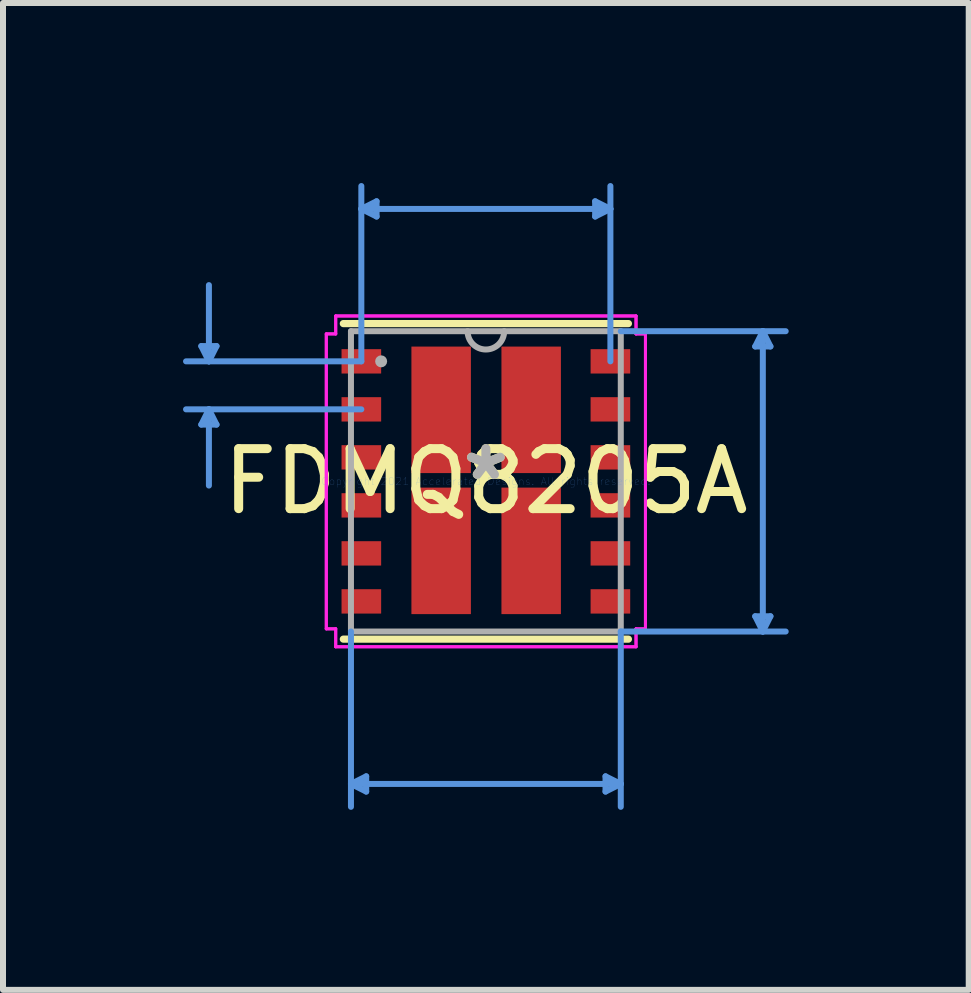
<source format=kicad_pcb>
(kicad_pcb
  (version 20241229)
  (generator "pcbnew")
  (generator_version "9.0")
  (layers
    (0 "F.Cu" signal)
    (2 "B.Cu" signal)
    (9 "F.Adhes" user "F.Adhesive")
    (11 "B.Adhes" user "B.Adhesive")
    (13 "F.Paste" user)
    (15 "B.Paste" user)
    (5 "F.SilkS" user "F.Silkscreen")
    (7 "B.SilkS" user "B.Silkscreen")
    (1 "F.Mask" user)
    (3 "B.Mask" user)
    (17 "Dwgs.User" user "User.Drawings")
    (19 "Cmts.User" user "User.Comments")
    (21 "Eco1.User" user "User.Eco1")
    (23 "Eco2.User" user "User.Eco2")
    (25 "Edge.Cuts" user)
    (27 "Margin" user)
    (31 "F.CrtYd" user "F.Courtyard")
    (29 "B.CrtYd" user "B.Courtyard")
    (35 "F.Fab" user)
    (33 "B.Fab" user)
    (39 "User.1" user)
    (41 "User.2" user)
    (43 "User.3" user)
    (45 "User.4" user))
  (footprint "FDMQ8205A"
    (layer "F.Cu")
    (at 5.046 4.971)
    (property "Reference" "FDMQ8205A" (at 0 0 0) (layer "F.SilkS") (effects (font (size 1 1) (thickness 0.15))))
    (attr through_hole)
    (fp_line (start -2.375 2.629) (end 2.375 2.629) (stroke (width 0.12) (type solid)) (layer "F.SilkS"))
    (fp_line (start 2.375 -2.629) (end -2.375 -2.629) (stroke (width 0.12) (type solid)) (layer "F.SilkS"))
    (fp_poly (pts (xy -1.241 -2.246) (xy -1.241 -0.138) (xy -0.25 -0.138) (xy -0.25 -2.246)) (stroke (width 0.1) (type solid)) (fill yes) (layer "F.Paste"))
    (fp_poly (pts (xy -1.241 0.104) (xy -1.241 2.212) (xy -0.25 2.212) (xy -0.25 0.104)) (stroke (width 0.1) (type solid)) (fill yes) (layer "F.Paste"))
    (fp_poly (pts (xy 0.259 -2.246) (xy 0.259 -0.138) (xy 1.25 -0.138) (xy 1.25 -2.246)) (stroke (width 0.1) (type solid)) (fill yes) (layer "F.Paste"))
    (fp_poly (pts (xy 0.259 0.104) (xy 0.259 2.212) (xy 1.25 2.212) (xy 1.25 0.104)) (stroke (width 0.1) (type solid)) (fill yes) (layer "F.Paste"))
    (fp_line (start -4.742 -2.254) (end -4.488 -2.254) (stroke (width 0.1) (type solid)) (layer "Cmts.User"))
    (fp_line (start -4.742 -0.946) (end -4.488 -0.946) (stroke (width 0.1) (type solid)) (layer "Cmts.User"))
    (fp_line (start -4.615 -2) (end -4.742 -2.254) (stroke (width 0.1) (type solid)) (layer "Cmts.User"))
    (fp_line (start -4.615 -2) (end -4.615 -3.27) (stroke (width 0.1) (type solid)) (layer "Cmts.User"))
    (fp_line (start -4.615 -2) (end -4.488 -2.254) (stroke (width 0.1) (type solid)) (layer "Cmts.User"))
    (fp_line (start -4.615 -1.2) (end -4.742 -0.946) (stroke (width 0.1) (type solid)) (layer "Cmts.User"))
    (fp_line (start -4.615 -1.2) (end -4.615 0.07) (stroke (width 0.1) (type solid)) (layer "Cmts.User"))
    (fp_line (start -4.615 -1.2) (end -4.488 -0.946) (stroke (width 0.1) (type solid)) (layer "Cmts.User"))
    (fp_line (start -2.248 2.502) (end -2.248 5.423) (stroke (width 0.1) (type solid)) (layer "Cmts.User"))
    (fp_line (start -2.248 5.042) (end -1.994 4.915) (stroke (width 0.1) (type solid)) (layer "Cmts.User"))
    (fp_line (start -2.248 5.042) (end -1.994 5.169) (stroke (width 0.1) (type solid)) (layer "Cmts.User"))
    (fp_line (start -2.248 5.042) (end 2.248 5.042) (stroke (width 0.1) (type solid)) (layer "Cmts.User"))
    (fp_line (start -2.075 -4.54) (end -1.821 -4.667) (stroke (width 0.1) (type solid)) (layer "Cmts.User"))
    (fp_line (start -2.075 -4.54) (end -1.821 -4.413) (stroke (width 0.1) (type solid)) (layer "Cmts.User"))
    (fp_line (start -2.075 -4.54) (end 2.075 -4.54) (stroke (width 0.1) (type solid)) (layer "Cmts.User"))
    (fp_line (start -2.075 -2) (end -4.996 -2) (stroke (width 0.1) (type solid)) (layer "Cmts.User"))
    (fp_line (start -2.075 -2) (end -2.075 -4.921) (stroke (width 0.1) (type solid)) (layer "Cmts.User"))
    (fp_line (start -2.075 -1.2) (end -4.996 -1.2) (stroke (width 0.1) (type solid)) (layer "Cmts.User"))
    (fp_line (start -1.994 4.915) (end -1.994 5.169) (stroke (width 0.1) (type solid)) (layer "Cmts.User"))
    (fp_line (start -1.821 -4.667) (end -1.821 -4.413) (stroke (width 0.1) (type solid)) (layer "Cmts.User"))
    (fp_line (start 1.821 -4.667) (end 1.821 -4.413) (stroke (width 0.1) (type solid)) (layer "Cmts.User"))
    (fp_line (start 1.994 4.915) (end 1.994 5.169) (stroke (width 0.1) (type solid)) (layer "Cmts.User"))
    (fp_line (start 2.075 -4.54) (end 1.821 -4.667) (stroke (width 0.1) (type solid)) (layer "Cmts.User"))
    (fp_line (start 2.075 -4.54) (end 1.821 -4.413) (stroke (width 0.1) (type solid)) (layer "Cmts.User"))
    (fp_line (start 2.075 -2) (end 2.075 -4.921) (stroke (width 0.1) (type solid)) (layer "Cmts.User"))
    (fp_line (start 2.248 -2.502) (end 4.996 -2.502) (stroke (width 0.1) (type solid)) (layer "Cmts.User"))
    (fp_line (start 2.248 2.502) (end 2.248 5.423) (stroke (width 0.1) (type solid)) (layer "Cmts.User"))
    (fp_line (start 2.248 2.502) (end 4.996 2.502) (stroke (width 0.1) (type solid)) (layer "Cmts.User"))
    (fp_line (start 2.248 5.042) (end 1.994 4.915) (stroke (width 0.1) (type solid)) (layer "Cmts.User"))
    (fp_line (start 2.248 5.042) (end 1.994 5.169) (stroke (width 0.1) (type solid)) (layer "Cmts.User"))
    (fp_line (start 4.488 -2.248) (end 4.742 -2.248) (stroke (width 0.1) (type solid)) (layer "Cmts.User"))
    (fp_line (start 4.488 2.248) (end 4.742 2.248) (stroke (width 0.1) (type solid)) (layer "Cmts.User"))
    (fp_line (start 4.615 -2.502) (end 4.488 -2.248) (stroke (width 0.1) (type solid)) (layer "Cmts.User"))
    (fp_line (start 4.615 -2.502) (end 4.615 2.502) (stroke (width 0.1) (type solid)) (layer "Cmts.User"))
    (fp_line (start 4.615 -2.502) (end 4.742 -2.248) (stroke (width 0.1) (type solid)) (layer "Cmts.User"))
    (fp_line (start 4.615 2.502) (end 4.488 2.248) (stroke (width 0.1) (type solid)) (layer "Cmts.User"))
    (fp_line (start 4.615 2.502) (end 4.742 2.248) (stroke (width 0.1) (type solid)) (layer "Cmts.User"))
    (fp_line (start -2.659 -2.457) (end -2.502 -2.457) (stroke (width 0.05) (type solid)) (layer "F.CrtYd"))
    (fp_line (start -2.659 -2.457) (end -2.502 -2.457) (stroke (width 0.05) (type solid)) (layer "F.CrtYd"))
    (fp_line (start -2.659 2.457) (end -2.659 -2.457) (stroke (width 0.05) (type solid)) (layer "F.CrtYd"))
    (fp_line (start -2.659 2.457) (end -2.659 -2.457) (stroke (width 0.05) (type solid)) (layer "F.CrtYd"))
    (fp_line (start -2.659 2.457) (end -2.502 2.457) (stroke (width 0.05) (type solid)) (layer "F.CrtYd"))
    (fp_line (start -2.502 -2.756) (end 2.502 -2.756) (stroke (width 0.05) (type solid)) (layer "F.CrtYd"))
    (fp_line (start -2.502 -2.756) (end 2.502 -2.756) (stroke (width 0.05) (type solid)) (layer "F.CrtYd"))
    (fp_line (start -2.502 -2.457) (end -2.502 -2.756) (stroke (width 0.05) (type solid)) (layer "F.CrtYd"))
    (fp_line (start -2.502 -2.457) (end -2.502 -2.756) (stroke (width 0.05) (type solid)) (layer "F.CrtYd"))
    (fp_line (start -2.502 2.457) (end -2.659 2.457) (stroke (width 0.05) (type solid)) (layer "F.CrtYd"))
    (fp_line (start -2.502 2.756) (end -2.502 2.457) (stroke (width 0.05) (type solid)) (layer "F.CrtYd"))
    (fp_line (start -2.502 2.756) (end -2.502 2.457) (stroke (width 0.05) (type solid)) (layer "F.CrtYd"))
    (fp_line (start 2.502 -2.756) (end 2.502 -2.457) (stroke (width 0.05) (type solid)) (layer "F.CrtYd"))
    (fp_line (start 2.502 -2.756) (end 2.502 -2.457) (stroke (width 0.05) (type solid)) (layer "F.CrtYd"))
    (fp_line (start 2.502 -2.457) (end 2.659 -2.457) (stroke (width 0.05) (type solid)) (layer "F.CrtYd"))
    (fp_line (start 2.502 2.457) (end 2.502 2.756) (stroke (width 0.05) (type solid)) (layer "F.CrtYd"))
    (fp_line (start 2.502 2.457) (end 2.502 2.756) (stroke (width 0.05) (type solid)) (layer "F.CrtYd"))
    (fp_line (start 2.502 2.756) (end -2.502 2.756) (stroke (width 0.05) (type solid)) (layer "F.CrtYd"))
    (fp_line (start 2.502 2.756) (end -2.502 2.756) (stroke (width 0.05) (type solid)) (layer "F.CrtYd"))
    (fp_line (start 2.659 -2.457) (end 2.502 -2.457) (stroke (width 0.05) (type solid)) (layer "F.CrtYd"))
    (fp_line (start 2.659 -2.457) (end 2.659 2.457) (stroke (width 0.05) (type solid)) (layer "F.CrtYd"))
    (fp_line (start 2.659 -2.457) (end 2.659 2.457) (stroke (width 0.05) (type solid)) (layer "F.CrtYd"))
    (fp_line (start 2.659 2.457) (end 2.502 2.457) (stroke (width 0.05) (type solid)) (layer "F.CrtYd"))
    (fp_line (start 2.659 2.457) (end 2.502 2.457) (stroke (width 0.05) (type solid)) (layer "F.CrtYd"))
    (fp_line (start -2.248 -2.502) (end -2.248 2.502) (stroke (width 0.1) (type solid)) (layer "F.Fab"))
    (fp_line (start -2.248 2.502) (end 2.248 2.502) (stroke (width 0.1) (type solid)) (layer "F.Fab"))
    (fp_line (start 2.248 -2.502) (end -2.248 -2.502) (stroke (width 0.1) (type solid)) (layer "F.Fab"))
    (fp_line (start 2.248 2.502) (end 2.248 -2.502) (stroke (width 0.1) (type solid)) (layer "F.Fab"))
    (fp_arc (start 0.3048 -2.5019) (mid 0 -2.1971) (end -0.3048 -2.5019) (stroke (width 0.1) (type solid)) (layer "F.Fab"))
    (fp_circle (center -1.745 -2) (end -1.745 -2) (stroke (width 0.1) (type solid)) (fill no) (layer "F.Fab"))
    (fp_text user "*" (at 0 0 0) (layer "F.SilkS") (effects (font (size 1 1) (thickness 0.15))))
    (fp_text user "Copyright 2021 Accelerated Designs. All rights reserved." (at 0 0 0) (layer "Cmts.User") (effects (font (size 0.127 0.127) (thickness 0.002))))
    (fp_text user "*" (at 0 0 0) (layer "F.Fab") (effects (font (size 1 1) (thickness 0.15))))
    (pad "1" smd rect (at -2.075 -2) (size 0.66 0.406) (layers "F.Cu" "F.Mask" "F.Paste"))
    (pad "2" smd rect (at -2.075 -1.2) (size 0.66 0.406) (layers "F.Cu" "F.Mask" "F.Paste"))
    (pad "3" smd rect (at -2.075 -0.4) (size 0.66 0.406) (layers "F.Cu" "F.Mask" "F.Paste"))
    (pad "4" smd rect (at -2.075 0.4) (size 0.66 0.406) (layers "F.Cu" "F.Mask" "F.Paste"))
    (pad "5" smd rect (at -2.075 1.2) (size 0.66 0.406) (layers "F.Cu" "F.Mask" "F.Paste"))
    (pad "6" smd rect (at -2.075 2) (size 0.66 0.406) (layers "F.Cu" "F.Mask" "F.Paste"))
    (pad "7" smd rect (at 2.075 2) (size 0.66 0.406) (layers "F.Cu" "F.Mask" "F.Paste"))
    (pad "8" smd rect (at 2.075 1.2) (size 0.66 0.406) (layers "F.Cu" "F.Mask" "F.Paste"))
    (pad "9" smd rect (at 2.075 0.4) (size 0.66 0.406) (layers "F.Cu" "F.Mask" "F.Paste"))
    (pad "10" smd rect (at 2.075 -0.4) (size 0.66 0.406) (layers "F.Cu" "F.Mask" "F.Paste"))
    (pad "11" smd rect (at 2.075 -1.2) (size 0.66 0.406) (layers "F.Cu" "F.Mask" "F.Paste"))
    (pad "12" smd rect (at 2.075 -2) (size 0.66 0.406) (layers "F.Cu" "F.Mask" "F.Paste"))
    (pad "13" smd rect (at -0.745 -1.192) (size 0.991 2.108) (layers "F.Cu" "F.Mask"))
    (pad "14" smd rect (at -0.745 1.158) (size 0.991 2.108) (layers "F.Cu" "F.Mask"))
    (pad "15" smd rect (at 0.755 1.158) (size 0.991 2.108) (layers "F.Cu" "F.Mask"))
    (pad "16" smd rect (at 0.755 -1.192) (size 0.991 2.108) (layers "F.Cu" "F.Mask")))
  (gr_rect
    (start -3 -3)
    (end 13.092 13.444)
    (stroke (width 0.1) (type default))
    (fill no)
    (layer "Edge.Cuts")))
</source>
